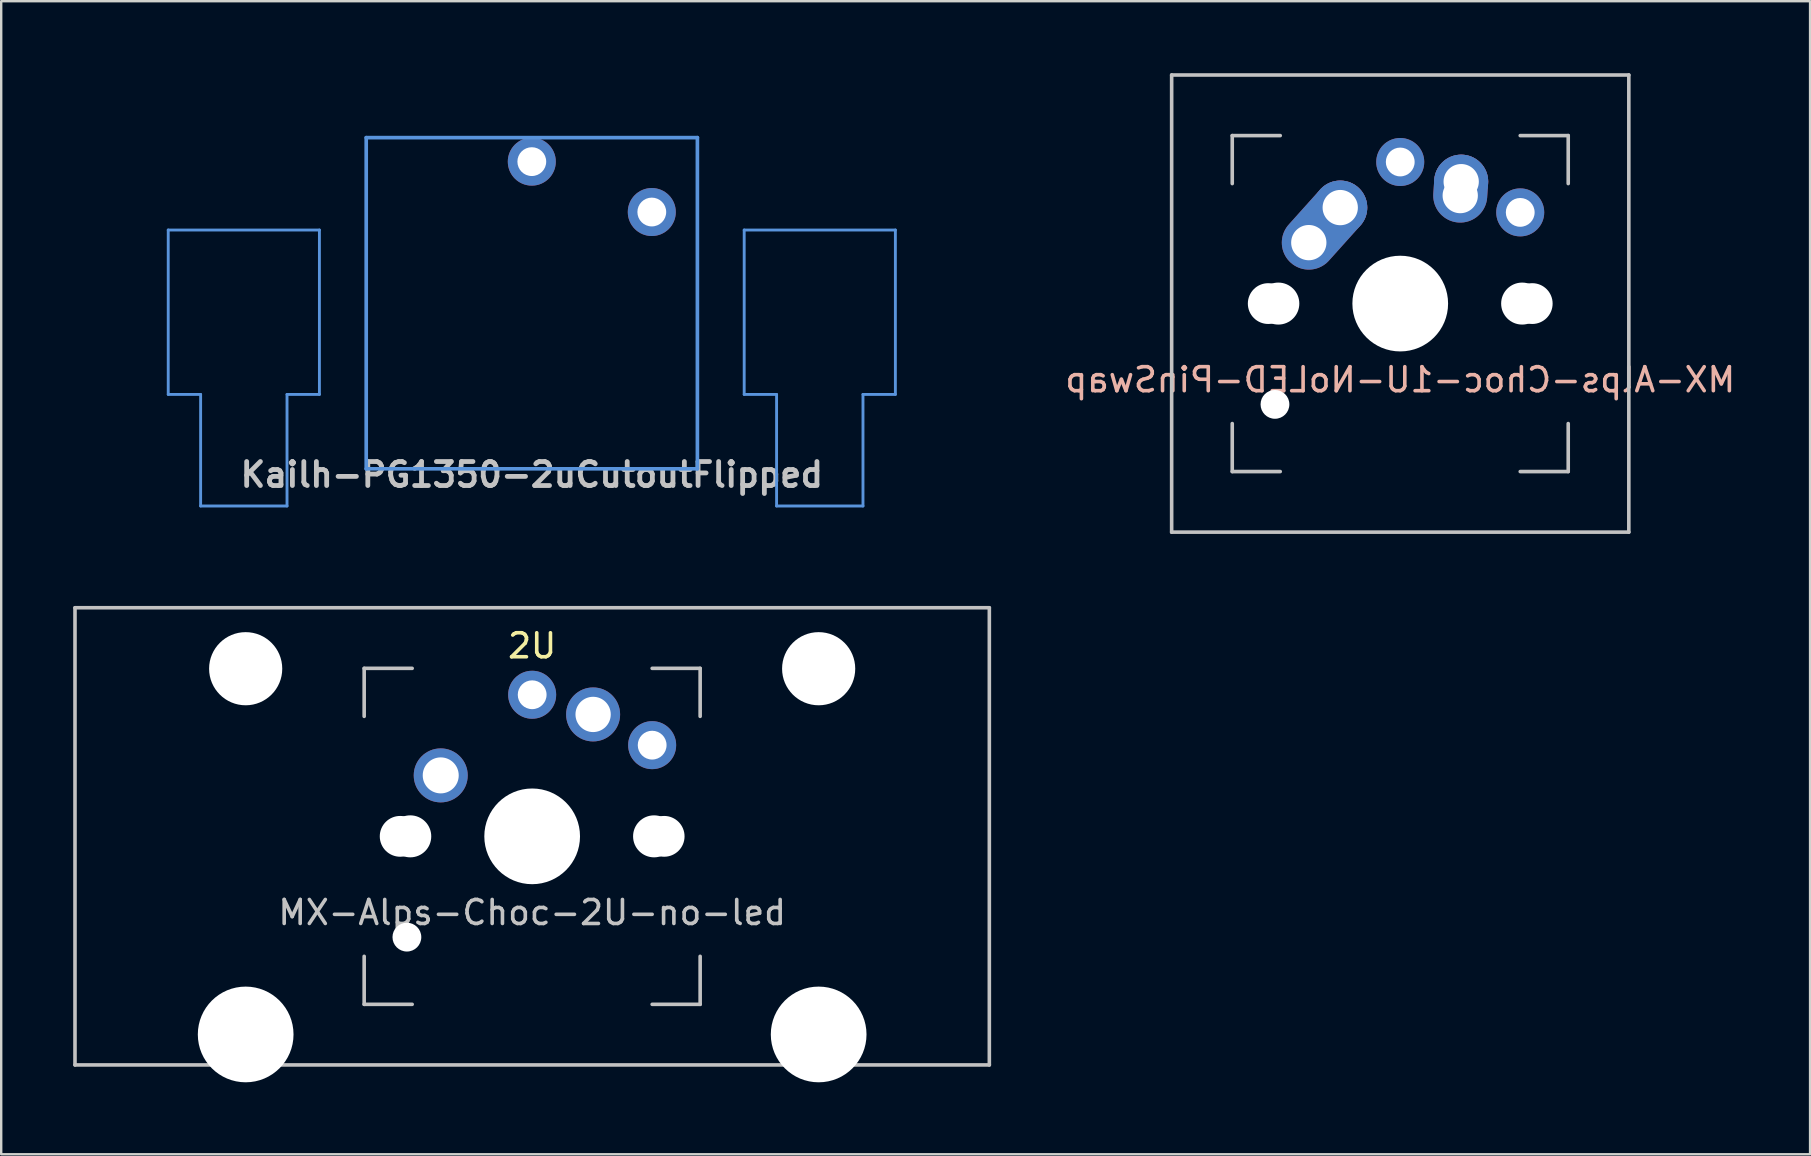
<source format=kicad_pcb>
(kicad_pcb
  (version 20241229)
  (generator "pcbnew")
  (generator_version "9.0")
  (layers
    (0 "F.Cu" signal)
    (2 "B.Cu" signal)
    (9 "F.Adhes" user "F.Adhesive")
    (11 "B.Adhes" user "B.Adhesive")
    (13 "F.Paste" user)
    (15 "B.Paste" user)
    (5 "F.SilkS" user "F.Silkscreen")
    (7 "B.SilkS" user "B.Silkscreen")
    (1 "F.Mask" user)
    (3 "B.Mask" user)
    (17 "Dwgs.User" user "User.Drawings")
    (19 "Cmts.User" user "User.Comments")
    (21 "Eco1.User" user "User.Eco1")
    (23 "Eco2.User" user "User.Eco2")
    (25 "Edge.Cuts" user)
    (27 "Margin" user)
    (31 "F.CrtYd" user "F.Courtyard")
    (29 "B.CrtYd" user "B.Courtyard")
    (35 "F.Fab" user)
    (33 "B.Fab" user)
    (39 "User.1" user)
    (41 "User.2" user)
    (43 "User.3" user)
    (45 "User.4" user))
  (footprint "MX-Alps-Choc-2U-no-led"
    (layer "F.Cu")
    (at 19.125 31.8)
    (property "Reference" "MX-Alps-Choc-2U-no-led" (at 0 3.175 0) (layer "Dwgs.User") (effects (font (size 1 1) (thickness 0.15))))
    (property "Value" "2U" (at 0 -7.938 0) (layer "B.SilkS") (hide yes) (effects (font (size 1 1) (thickness 0.15)) (justify mirror)))
    (attr through_hole)
    (fp_line (start -19.05 -9.525) (end 19.05 -9.525) (stroke (width 0.15) (type solid)) (layer "Dwgs.User"))
    (fp_line (start -19.05 9.525) (end -19.05 -9.525) (stroke (width 0.15) (type solid)) (layer "Dwgs.User"))
    (fp_line (start -7 -7) (end -7 -5) (stroke (width 0.15) (type solid)) (layer "Dwgs.User"))
    (fp_line (start -7 5) (end -7 7) (stroke (width 0.15) (type solid)) (layer "Dwgs.User"))
    (fp_line (start -7 7) (end -5 7) (stroke (width 0.15) (type solid)) (layer "Dwgs.User"))
    (fp_line (start -5 -7) (end -7 -7) (stroke (width 0.15) (type solid)) (layer "Dwgs.User"))
    (fp_line (start 5 -7) (end 7 -7) (stroke (width 0.15) (type solid)) (layer "Dwgs.User"))
    (fp_line (start 5 7) (end 7 7) (stroke (width 0.15) (type solid)) (layer "Dwgs.User"))
    (fp_line (start 7 -7) (end 7 -5) (stroke (width 0.15) (type solid)) (layer "Dwgs.User"))
    (fp_line (start 7 7) (end 7 5) (stroke (width 0.15) (type solid)) (layer "Dwgs.User"))
    (fp_line (start 19.05 -9.525) (end 19.05 9.525) (stroke (width 0.15) (type solid)) (layer "Dwgs.User"))
    (fp_line (start 19.05 9.525) (end -19.05 9.525) (stroke (width 0.15) (type solid)) (layer "Dwgs.User"))
    (fp_text user "${VALUE}" (at 0 -7.938 0) (layer "F.SilkS") (effects (font (size 1 1) (thickness 0.15))))
    (pad "" np_thru_hole circle (at -11.938 -6.985) (size 3.048 3.048) (drill 3.048) (layers "*.Cu" "*.Mask"))
    (pad "" np_thru_hole circle (at -11.938 8.255) (size 3.988 3.988) (drill 3.988) (layers "*.Cu" "*.Mask"))
    (pad "" np_thru_hole circle (at -5.5 0 48.1) (size 1.7 1.7) (drill 1.7) (layers "*.Cu" "*.Mask"))
    (pad "" np_thru_hole circle (at -5.22 4.2 48.1) (size 1.2 1.2) (drill 1.2) (layers "*.Cu" "*.Mask"))
    (pad "" np_thru_hole circle (at -5.08 0 48.1) (size 1.75 1.75) (drill 1.75) (layers "*.Cu" "*.Mask"))
    (pad "" np_thru_hole circle (at 0 0) (size 3.988 3.988) (drill 3.988) (layers "*.Cu" "*.Mask"))
    (pad "" np_thru_hole circle (at 5.08 0 48.1) (size 1.75 1.75) (drill 1.75) (layers "*.Cu" "*.Mask"))
    (pad "" np_thru_hole circle (at 5.5 0 48.1) (size 1.7 1.7) (drill 1.7) (layers "*.Cu" "*.Mask"))
    (pad "" np_thru_hole circle (at 11.938 -6.985) (size 3.048 3.048) (drill 3.048) (layers "*.Cu" "*.Mask"))
    (pad "" np_thru_hole circle (at 11.938 8.255) (size 3.988 3.988) (drill 3.988) (layers "*.Cu" "*.Mask"))
    (pad "1" thru_hole circle (at -3.81 -2.54 48.1) (size 2.25 2.25) (drill 1.5) (layers "*.Cu" "*.Mask"))
    (pad "1" thru_hole circle (at 0 -5.9) (size 2 2) (drill 1.2) (layers "*.Cu" "*.Mask"))
    (pad "2" thru_hole circle (at 2.54 -5.08) (size 2.25 2.25) (drill 1.47) (layers "*.Cu" "*.Mask"))
    (pad "2" thru_hole circle (at 5 -3.8) (size 2 2) (drill 1.2) (layers "*.Cu" "*.Mask")))
  (footprint "Kailh-PG1350-2uCutoutFlipped"
    (layer "F.Cu")
    (at 19.11 9.585)
    (property "Reference" "Kailh-PG1350-2uCutoutFlipped" (at 0 7.144 0) (layer "Dwgs.User") (effects (font (size 1 1) (thickness 0.2))))
    (attr through_hole)
    (fp_line (start -15.15 -3.05) (end -15.15 3.8) (stroke (width 0.12) (type solid)) (layer "Cmts.User"))
    (fp_line (start -13.8 3.8) (end -15.15 3.8) (stroke (width 0.12) (type solid)) (layer "Cmts.User"))
    (fp_line (start -13.8 8.45) (end -13.8 3.8) (stroke (width 0.12) (type solid)) (layer "Cmts.User"))
    (fp_line (start -10.2 8.45) (end -13.8 8.45) (stroke (width 0.12) (type solid)) (layer "Cmts.User"))
    (fp_line (start -10.2 8.45) (end -10.2 3.8) (stroke (width 0.12) (type solid)) (layer "Cmts.User"))
    (fp_line (start -8.85 -3.05) (end -15.15 -3.05) (stroke (width 0.12) (type solid)) (layer "Cmts.User"))
    (fp_line (start -8.85 -3.05) (end -8.85 3.8) (stroke (width 0.12) (type solid)) (layer "Cmts.User"))
    (fp_line (start -8.85 3.8) (end -10.2 3.8) (stroke (width 0.12) (type solid)) (layer "Cmts.User"))
    (fp_line (start -6.9 -6.9) (end 6.9 -6.9) (stroke (width 0.152) (type solid)) (layer "Cmts.User"))
    (fp_line (start -6.9 6.9) (end -6.9 -6.9) (stroke (width 0.152) (type solid)) (layer "Cmts.User"))
    (fp_line (start 6.9 -6.9) (end 6.9 6.9) (stroke (width 0.152) (type solid)) (layer "Cmts.User"))
    (fp_line (start 6.9 6.9) (end -6.9 6.9) (stroke (width 0.152) (type solid)) (layer "Cmts.User"))
    (fp_line (start 8.85 -3.05) (end 8.85 3.8) (stroke (width 0.12) (type solid)) (layer "Cmts.User"))
    (fp_line (start 10.2 3.8) (end 8.85 3.8) (stroke (width 0.12) (type solid)) (layer "Cmts.User"))
    (fp_line (start 10.2 8.45) (end 10.2 3.8) (stroke (width 0.12) (type solid)) (layer "Cmts.User"))
    (fp_line (start 13.8 8.45) (end 10.2 8.45) (stroke (width 0.12) (type solid)) (layer "Cmts.User"))
    (fp_line (start 13.8 8.45) (end 13.8 3.8) (stroke (width 0.12) (type solid)) (layer "Cmts.User"))
    (fp_line (start 15.15 -3.05) (end 8.85 -3.05) (stroke (width 0.12) (type solid)) (layer "Cmts.User"))
    (fp_line (start 15.15 -3.05) (end 15.15 3.8) (stroke (width 0.12) (type solid)) (layer "Cmts.User"))
    (fp_line (start 15.15 3.8) (end 13.8 3.8) (stroke (width 0.12) (type solid)) (layer "Cmts.User"))
    (fp_line (start -19.05 9.525) (end -19.05 -9.525) (stroke (width 0.12) (type solid)) (layer "Eco1.User"))
    (fp_line (start 19.05 -9.525) (end -19.05 -9.525) (stroke (width 0.12) (type solid)) (layer "Eco1.User"))
    (fp_line (start 19.05 9.525) (end -19.05 9.525) (stroke (width 0.12) (type solid)) (layer "Eco1.User"))
    (fp_line (start 19.05 9.525) (end 19.05 -9.525) (stroke (width 0.12) (type solid)) (layer "Eco1.User"))
    (pad "1" thru_hole circle (at 0 -5.9) (size 2 2) (drill 1.2) (layers "*.Cu" "*.Mask"))
    (pad "2" thru_hole circle (at 5 -3.8 221.9) (size 2 2) (drill 1.2) (layers "*.Cu" "*.Mask")))
  (footprint "MX-Alps-Choc-1U-NoLED-PinSwap"
    (layer "F.Cu")
    (at 55.297 9.6)
    (property "Reference" "MX-Alps-Choc-1U-NoLED-PinSwap" (at 0 3.175 0) (layer "B.SilkS") (effects (font (size 1 1) (thickness 0.15)) (justify mirror)))
    (attr through_hole)
    (fp_line (start -9.525 -9.525) (end 9.525 -9.525) (stroke (width 0.15) (type solid)) (layer "Dwgs.User"))
    (fp_line (start -9.525 9.525) (end -9.525 -9.525) (stroke (width 0.15) (type solid)) (layer "Dwgs.User"))
    (fp_line (start -7 -7) (end -7 -5) (stroke (width 0.15) (type solid)) (layer "Dwgs.User"))
    (fp_line (start -7 5) (end -7 7) (stroke (width 0.15) (type solid)) (layer "Dwgs.User"))
    (fp_line (start -7 7) (end -5 7) (stroke (width 0.15) (type solid)) (layer "Dwgs.User"))
    (fp_line (start -5 -7) (end -7 -7) (stroke (width 0.15) (type solid)) (layer "Dwgs.User"))
    (fp_line (start 5 -7) (end 7 -7) (stroke (width 0.15) (type solid)) (layer "Dwgs.User"))
    (fp_line (start 5 7) (end 7 7) (stroke (width 0.15) (type solid)) (layer "Dwgs.User"))
    (fp_line (start 7 -7) (end 7 -5) (stroke (width 0.15) (type solid)) (layer "Dwgs.User"))
    (fp_line (start 7 7) (end 7 5) (stroke (width 0.15) (type solid)) (layer "Dwgs.User"))
    (fp_line (start 9.525 -9.525) (end 9.525 9.525) (stroke (width 0.15) (type solid)) (layer "Dwgs.User"))
    (fp_line (start 9.525 9.525) (end -9.525 9.525) (stroke (width 0.15) (type solid)) (layer "Dwgs.User"))
    (pad "" np_thru_hole circle (at -5.5 0 48.1) (size 1.7 1.7) (drill 1.7) (layers "*.Cu" "*.Mask"))
    (pad "" np_thru_hole circle (at -5.22 4.2 48.1) (size 1.2 1.2) (drill 1.2) (layers "*.Cu" "*.Mask"))
    (pad "" np_thru_hole circle (at -5.08 0 48.1) (size 1.75 1.75) (drill 1.75) (layers "*.Cu" "*.Mask"))
    (pad "" np_thru_hole circle (at 0 0) (size 3.988 3.988) (drill 3.988) (layers "*.Cu" "*.Mask"))
    (pad "" np_thru_hole circle (at 5.08 0 48.1) (size 1.75 1.75) (drill 1.75) (layers "*.Cu" "*.Mask"))
    (pad "" np_thru_hole circle (at 5.5 0 48.1) (size 1.7 1.7) (drill 1.7) (layers "*.Cu" "*.Mask"))
    (pad "1" thru_hole oval (at -3.81 -2.54 48.1) (size 4.212 2.25) (drill 1.47 (offset 0.981 0)) (layers "*.Cu" "*.Mask"))
    (pad "1" thru_hole circle (at -2.5 -4) (size 2.25 2.25) (drill 1.47) (layers "*.Cu" "*.Mask"))
    (pad "1" thru_hole circle (at 0 -5.9) (size 2 2) (drill 1.2) (layers "*.Cu" "*.Mask"))
    (pad "2" thru_hole oval (at 2.5 -4.5 86.1) (size 2.831 2.25) (drill 1.47 (offset 0.291 0)) (layers "*.Cu" "*.Mask"))
    (pad "2" thru_hole circle (at 2.54 -5.08) (size 2.25 2.25) (drill 1.47) (layers "*.Cu" "*.Mask"))
    (pad "2" thru_hole circle (at 5 -3.8) (size 2 2) (drill 1.2) (layers "*.Cu" "*.Mask")))
  (gr_rect
    (start -3 -3)
    (end 72.375 45.049)
    (stroke (width 0.1) (type default))
    (fill no)
    (layer "Edge.Cuts")))
</source>
